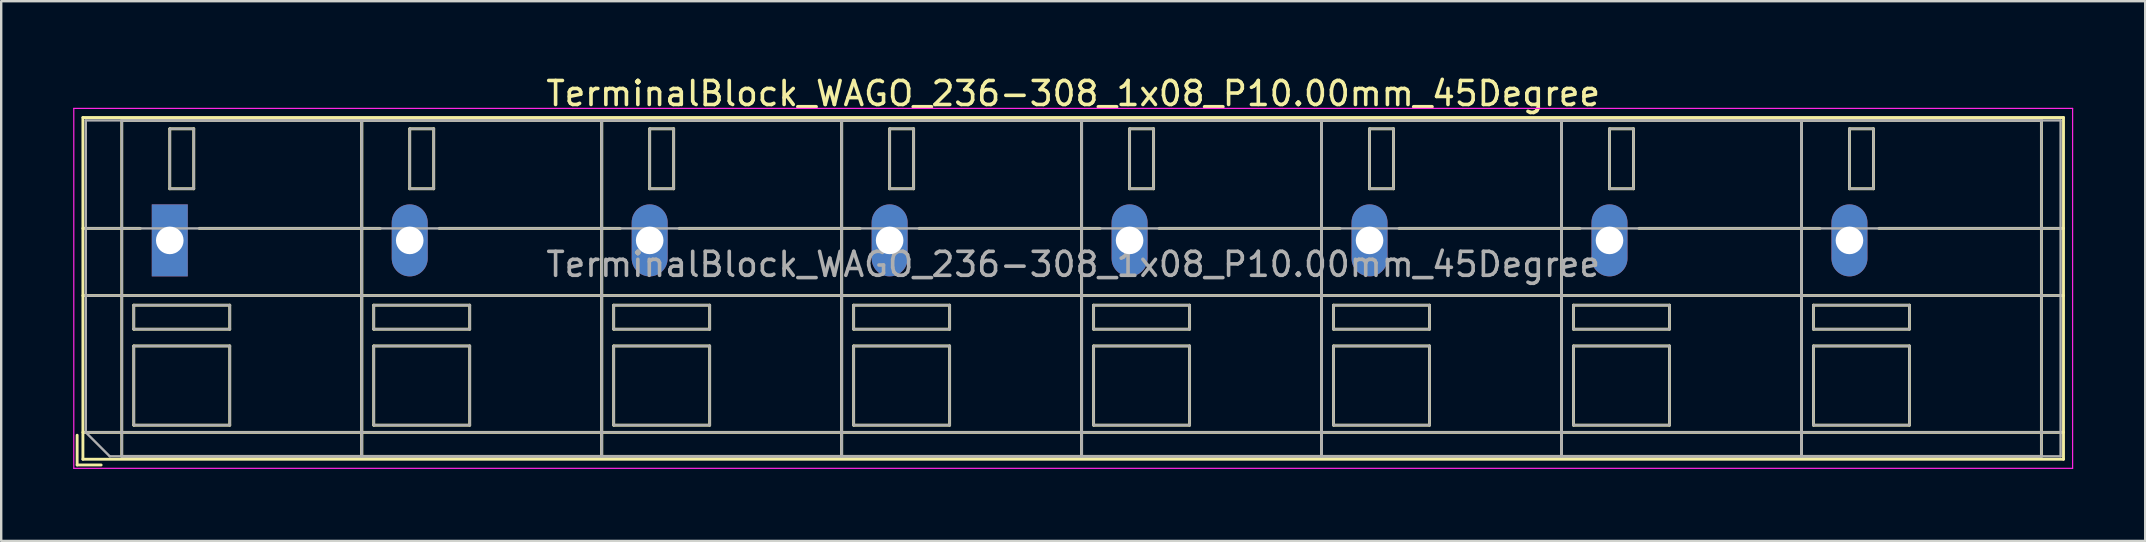
<source format=kicad_pcb>
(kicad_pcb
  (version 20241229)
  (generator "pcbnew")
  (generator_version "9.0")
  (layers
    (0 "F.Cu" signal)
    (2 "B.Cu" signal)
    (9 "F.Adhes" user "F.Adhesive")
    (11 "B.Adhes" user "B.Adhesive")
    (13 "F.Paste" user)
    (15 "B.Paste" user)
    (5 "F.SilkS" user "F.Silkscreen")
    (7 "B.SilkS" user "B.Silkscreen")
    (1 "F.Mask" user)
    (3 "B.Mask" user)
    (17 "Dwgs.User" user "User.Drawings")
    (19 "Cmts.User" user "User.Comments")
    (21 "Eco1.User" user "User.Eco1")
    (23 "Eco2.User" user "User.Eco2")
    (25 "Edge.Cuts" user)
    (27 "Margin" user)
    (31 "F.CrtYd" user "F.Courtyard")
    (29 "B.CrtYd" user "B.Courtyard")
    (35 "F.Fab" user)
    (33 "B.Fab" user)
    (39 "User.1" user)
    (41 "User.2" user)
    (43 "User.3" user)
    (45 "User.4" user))
  (footprint "TerminalBlock_WAGO_236-308_1x08_P10.00mm_45Degree"
    (layer "F.Cu")
    (at 4.025 6.968)
    (property "Reference" "TerminalBlock_WAGO_236-308_1x08_P10.00mm_45Degree" (at 37.65 -6.12 0) (layer "F.SilkS") (effects (font (size 1 1) (thickness 0.15))))
    (attr through_hole)
    (fp_line (start -3.86 8.12) (end -3.86 9.36) (stroke (width 0.12) (type solid)) (layer "F.SilkS"))
    (fp_line (start -3.86 9.36) (end -2.86 9.36) (stroke (width 0.12) (type solid)) (layer "F.SilkS"))
    (fp_line (start -3.62 -5.12) (end -3.62 9.12) (stroke (width 0.12) (type solid)) (layer "F.SilkS"))
    (fp_line (start -3.62 -5.12) (end 78.92 -5.12) (stroke (width 0.12) (type solid)) (layer "F.SilkS"))
    (fp_line (start -3.62 -0.5) (end -1.23 -0.5) (stroke (width 0.12) (type solid)) (layer "F.SilkS"))
    (fp_line (start -3.62 2.3) (end 78.92 2.3) (stroke (width 0.12) (type solid)) (layer "F.SilkS"))
    (fp_line (start -3.62 8) (end 78.92 8) (stroke (width 0.12) (type solid)) (layer "F.SilkS"))
    (fp_line (start -3.62 9.12) (end 78.92 9.12) (stroke (width 0.12) (type solid)) (layer "F.SilkS"))
    (fp_line (start -2 -5) (end -2 9) (stroke (width 0.12) (type solid)) (layer "F.SilkS"))
    (fp_line (start -2 -5) (end 8 -5) (stroke (width 0.12) (type solid)) (layer "F.SilkS"))
    (fp_line (start -2 9) (end 8 9) (stroke (width 0.12) (type solid)) (layer "F.SilkS"))
    (fp_line (start -1.5 2.7) (end -1.5 3.7) (stroke (width 0.12) (type solid)) (layer "F.SilkS"))
    (fp_line (start -1.5 2.7) (end 2.5 2.7) (stroke (width 0.12) (type solid)) (layer "F.SilkS"))
    (fp_line (start -1.5 3.7) (end 2.5 3.7) (stroke (width 0.12) (type solid)) (layer "F.SilkS"))
    (fp_line (start -1.5 4.4) (end -1.5 7.7) (stroke (width 0.12) (type solid)) (layer "F.SilkS"))
    (fp_line (start -1.5 4.4) (end 2.5 4.4) (stroke (width 0.12) (type solid)) (layer "F.SilkS"))
    (fp_line (start -1.5 7.7) (end 2.5 7.7) (stroke (width 0.12) (type solid)) (layer "F.SilkS"))
    (fp_line (start 0 -4.65) (end 0 -2.151) (stroke (width 0.12) (type solid)) (layer "F.SilkS"))
    (fp_line (start 0 -4.65) (end 1 -4.65) (stroke (width 0.12) (type solid)) (layer "F.SilkS"))
    (fp_line (start 0 -2.151) (end 1 -2.151) (stroke (width 0.12) (type solid)) (layer "F.SilkS"))
    (fp_line (start 1 -4.65) (end 1 -2.151) (stroke (width 0.12) (type solid)) (layer "F.SilkS"))
    (fp_line (start 1.23 -0.5) (end 8.77 -0.5) (stroke (width 0.12) (type solid)) (layer "F.SilkS"))
    (fp_line (start 2.5 2.7) (end 2.5 3.7) (stroke (width 0.12) (type solid)) (layer "F.SilkS"))
    (fp_line (start 2.5 4.4) (end 2.5 7.7) (stroke (width 0.12) (type solid)) (layer "F.SilkS"))
    (fp_line (start 8 -5) (end 8 9) (stroke (width 0.12) (type solid)) (layer "F.SilkS"))
    (fp_line (start 8 -5) (end 8 9) (stroke (width 0.12) (type solid)) (layer "F.SilkS"))
    (fp_line (start 8 -5) (end 18 -5) (stroke (width 0.12) (type solid)) (layer "F.SilkS"))
    (fp_line (start 8 9) (end 18 9) (stroke (width 0.12) (type solid)) (layer "F.SilkS"))
    (fp_line (start 8.5 2.7) (end 8.5 3.7) (stroke (width 0.12) (type solid)) (layer "F.SilkS"))
    (fp_line (start 8.5 2.7) (end 12.5 2.7) (stroke (width 0.12) (type solid)) (layer "F.SilkS"))
    (fp_line (start 8.5 3.7) (end 12.5 3.7) (stroke (width 0.12) (type solid)) (layer "F.SilkS"))
    (fp_line (start 8.5 4.4) (end 8.5 7.7) (stroke (width 0.12) (type solid)) (layer "F.SilkS"))
    (fp_line (start 8.5 4.4) (end 12.5 4.4) (stroke (width 0.12) (type solid)) (layer "F.SilkS"))
    (fp_line (start 8.5 7.7) (end 12.5 7.7) (stroke (width 0.12) (type solid)) (layer "F.SilkS"))
    (fp_line (start 10 -4.65) (end 10 -2.151) (stroke (width 0.12) (type solid)) (layer "F.SilkS"))
    (fp_line (start 10 -4.65) (end 11 -4.65) (stroke (width 0.12) (type solid)) (layer "F.SilkS"))
    (fp_line (start 10 -2.151) (end 11 -2.151) (stroke (width 0.12) (type solid)) (layer "F.SilkS"))
    (fp_line (start 11 -4.65) (end 11 -2.151) (stroke (width 0.12) (type solid)) (layer "F.SilkS"))
    (fp_line (start 11.23 -0.5) (end 18.77 -0.5) (stroke (width 0.12) (type solid)) (layer "F.SilkS"))
    (fp_line (start 12.5 2.7) (end 12.5 3.7) (stroke (width 0.12) (type solid)) (layer "F.SilkS"))
    (fp_line (start 12.5 4.4) (end 12.5 7.7) (stroke (width 0.12) (type solid)) (layer "F.SilkS"))
    (fp_line (start 18 -5) (end 18 9) (stroke (width 0.12) (type solid)) (layer "F.SilkS"))
    (fp_line (start 18 -5) (end 18 9) (stroke (width 0.12) (type solid)) (layer "F.SilkS"))
    (fp_line (start 18 -5) (end 28 -5) (stroke (width 0.12) (type solid)) (layer "F.SilkS"))
    (fp_line (start 18 9) (end 28 9) (stroke (width 0.12) (type solid)) (layer "F.SilkS"))
    (fp_line (start 18.5 2.7) (end 18.5 3.7) (stroke (width 0.12) (type solid)) (layer "F.SilkS"))
    (fp_line (start 18.5 2.7) (end 22.5 2.7) (stroke (width 0.12) (type solid)) (layer "F.SilkS"))
    (fp_line (start 18.5 3.7) (end 22.5 3.7) (stroke (width 0.12) (type solid)) (layer "F.SilkS"))
    (fp_line (start 18.5 4.4) (end 18.5 7.7) (stroke (width 0.12) (type solid)) (layer "F.SilkS"))
    (fp_line (start 18.5 4.4) (end 22.5 4.4) (stroke (width 0.12) (type solid)) (layer "F.SilkS"))
    (fp_line (start 18.5 7.7) (end 22.5 7.7) (stroke (width 0.12) (type solid)) (layer "F.SilkS"))
    (fp_line (start 20 -4.65) (end 20 -2.151) (stroke (width 0.12) (type solid)) (layer "F.SilkS"))
    (fp_line (start 20 -4.65) (end 21 -4.65) (stroke (width 0.12) (type solid)) (layer "F.SilkS"))
    (fp_line (start 20 -2.151) (end 21 -2.151) (stroke (width 0.12) (type solid)) (layer "F.SilkS"))
    (fp_line (start 21 -4.65) (end 21 -2.151) (stroke (width 0.12) (type solid)) (layer "F.SilkS"))
    (fp_line (start 21.23 -0.5) (end 28.77 -0.5) (stroke (width 0.12) (type solid)) (layer "F.SilkS"))
    (fp_line (start 22.5 2.7) (end 22.5 3.7) (stroke (width 0.12) (type solid)) (layer "F.SilkS"))
    (fp_line (start 22.5 4.4) (end 22.5 7.7) (stroke (width 0.12) (type solid)) (layer "F.SilkS"))
    (fp_line (start 28 -5) (end 28 9) (stroke (width 0.12) (type solid)) (layer "F.SilkS"))
    (fp_line (start 28 -5) (end 28 9) (stroke (width 0.12) (type solid)) (layer "F.SilkS"))
    (fp_line (start 28 -5) (end 38 -5) (stroke (width 0.12) (type solid)) (layer "F.SilkS"))
    (fp_line (start 28 9) (end 38 9) (stroke (width 0.12) (type solid)) (layer "F.SilkS"))
    (fp_line (start 28.5 2.7) (end 28.5 3.7) (stroke (width 0.12) (type solid)) (layer "F.SilkS"))
    (fp_line (start 28.5 2.7) (end 32.5 2.7) (stroke (width 0.12) (type solid)) (layer "F.SilkS"))
    (fp_line (start 28.5 3.7) (end 32.5 3.7) (stroke (width 0.12) (type solid)) (layer "F.SilkS"))
    (fp_line (start 28.5 4.4) (end 28.5 7.7) (stroke (width 0.12) (type solid)) (layer "F.SilkS"))
    (fp_line (start 28.5 4.4) (end 32.5 4.4) (stroke (width 0.12) (type solid)) (layer "F.SilkS"))
    (fp_line (start 28.5 7.7) (end 32.5 7.7) (stroke (width 0.12) (type solid)) (layer "F.SilkS"))
    (fp_line (start 30 -4.65) (end 30 -2.151) (stroke (width 0.12) (type solid)) (layer "F.SilkS"))
    (fp_line (start 30 -4.65) (end 31 -4.65) (stroke (width 0.12) (type solid)) (layer "F.SilkS"))
    (fp_line (start 30 -2.151) (end 31 -2.151) (stroke (width 0.12) (type solid)) (layer "F.SilkS"))
    (fp_line (start 31 -4.65) (end 31 -2.151) (stroke (width 0.12) (type solid)) (layer "F.SilkS"))
    (fp_line (start 31.23 -0.5) (end 38.77 -0.5) (stroke (width 0.12) (type solid)) (layer "F.SilkS"))
    (fp_line (start 32.5 2.7) (end 32.5 3.7) (stroke (width 0.12) (type solid)) (layer "F.SilkS"))
    (fp_line (start 32.5 4.4) (end 32.5 7.7) (stroke (width 0.12) (type solid)) (layer "F.SilkS"))
    (fp_line (start 38 -5) (end 38 9) (stroke (width 0.12) (type solid)) (layer "F.SilkS"))
    (fp_line (start 38 -5) (end 38 9) (stroke (width 0.12) (type solid)) (layer "F.SilkS"))
    (fp_line (start 38 -5) (end 48 -5) (stroke (width 0.12) (type solid)) (layer "F.SilkS"))
    (fp_line (start 38 9) (end 48 9) (stroke (width 0.12) (type solid)) (layer "F.SilkS"))
    (fp_line (start 38.5 2.7) (end 38.5 3.7) (stroke (width 0.12) (type solid)) (layer "F.SilkS"))
    (fp_line (start 38.5 2.7) (end 42.5 2.7) (stroke (width 0.12) (type solid)) (layer "F.SilkS"))
    (fp_line (start 38.5 3.7) (end 42.5 3.7) (stroke (width 0.12) (type solid)) (layer "F.SilkS"))
    (fp_line (start 38.5 4.4) (end 38.5 7.7) (stroke (width 0.12) (type solid)) (layer "F.SilkS"))
    (fp_line (start 38.5 4.4) (end 42.5 4.4) (stroke (width 0.12) (type solid)) (layer "F.SilkS"))
    (fp_line (start 38.5 7.7) (end 42.5 7.7) (stroke (width 0.12) (type solid)) (layer "F.SilkS"))
    (fp_line (start 40 -4.65) (end 40 -2.151) (stroke (width 0.12) (type solid)) (layer "F.SilkS"))
    (fp_line (start 40 -4.65) (end 41 -4.65) (stroke (width 0.12) (type solid)) (layer "F.SilkS"))
    (fp_line (start 40 -2.151) (end 41 -2.151) (stroke (width 0.12) (type solid)) (layer "F.SilkS"))
    (fp_line (start 41 -4.65) (end 41 -2.151) (stroke (width 0.12) (type solid)) (layer "F.SilkS"))
    (fp_line (start 41.23 -0.5) (end 48.77 -0.5) (stroke (width 0.12) (type solid)) (layer "F.SilkS"))
    (fp_line (start 42.5 2.7) (end 42.5 3.7) (stroke (width 0.12) (type solid)) (layer "F.SilkS"))
    (fp_line (start 42.5 4.4) (end 42.5 7.7) (stroke (width 0.12) (type solid)) (layer "F.SilkS"))
    (fp_line (start 48 -5) (end 48 9) (stroke (width 0.12) (type solid)) (layer "F.SilkS"))
    (fp_line (start 48 -5) (end 48 9) (stroke (width 0.12) (type solid)) (layer "F.SilkS"))
    (fp_line (start 48 -5) (end 58 -5) (stroke (width 0.12) (type solid)) (layer "F.SilkS"))
    (fp_line (start 48 9) (end 58 9) (stroke (width 0.12) (type solid)) (layer "F.SilkS"))
    (fp_line (start 48.5 2.7) (end 48.5 3.7) (stroke (width 0.12) (type solid)) (layer "F.SilkS"))
    (fp_line (start 48.5 2.7) (end 52.5 2.7) (stroke (width 0.12) (type solid)) (layer "F.SilkS"))
    (fp_line (start 48.5 3.7) (end 52.5 3.7) (stroke (width 0.12) (type solid)) (layer "F.SilkS"))
    (fp_line (start 48.5 4.4) (end 48.5 7.7) (stroke (width 0.12) (type solid)) (layer "F.SilkS"))
    (fp_line (start 48.5 4.4) (end 52.5 4.4) (stroke (width 0.12) (type solid)) (layer "F.SilkS"))
    (fp_line (start 48.5 7.7) (end 52.5 7.7) (stroke (width 0.12) (type solid)) (layer "F.SilkS"))
    (fp_line (start 50 -4.65) (end 50 -2.151) (stroke (width 0.12) (type solid)) (layer "F.SilkS"))
    (fp_line (start 50 -4.65) (end 51 -4.65) (stroke (width 0.12) (type solid)) (layer "F.SilkS"))
    (fp_line (start 50 -2.151) (end 51 -2.151) (stroke (width 0.12) (type solid)) (layer "F.SilkS"))
    (fp_line (start 51 -4.65) (end 51 -2.151) (stroke (width 0.12) (type solid)) (layer "F.SilkS"))
    (fp_line (start 51.23 -0.5) (end 58.77 -0.5) (stroke (width 0.12) (type solid)) (layer "F.SilkS"))
    (fp_line (start 52.5 2.7) (end 52.5 3.7) (stroke (width 0.12) (type solid)) (layer "F.SilkS"))
    (fp_line (start 52.5 4.4) (end 52.5 7.7) (stroke (width 0.12) (type solid)) (layer "F.SilkS"))
    (fp_line (start 58 -5) (end 58 9) (stroke (width 0.12) (type solid)) (layer "F.SilkS"))
    (fp_line (start 58 -5) (end 58 9) (stroke (width 0.12) (type solid)) (layer "F.SilkS"))
    (fp_line (start 58 -5) (end 68 -5) (stroke (width 0.12) (type solid)) (layer "F.SilkS"))
    (fp_line (start 58 9) (end 68 9) (stroke (width 0.12) (type solid)) (layer "F.SilkS"))
    (fp_line (start 58.5 2.7) (end 58.5 3.7) (stroke (width 0.12) (type solid)) (layer "F.SilkS"))
    (fp_line (start 58.5 2.7) (end 62.5 2.7) (stroke (width 0.12) (type solid)) (layer "F.SilkS"))
    (fp_line (start 58.5 3.7) (end 62.5 3.7) (stroke (width 0.12) (type solid)) (layer "F.SilkS"))
    (fp_line (start 58.5 4.4) (end 58.5 7.7) (stroke (width 0.12) (type solid)) (layer "F.SilkS"))
    (fp_line (start 58.5 4.4) (end 62.5 4.4) (stroke (width 0.12) (type solid)) (layer "F.SilkS"))
    (fp_line (start 58.5 7.7) (end 62.5 7.7) (stroke (width 0.12) (type solid)) (layer "F.SilkS"))
    (fp_line (start 60 -4.65) (end 60 -2.151) (stroke (width 0.12) (type solid)) (layer "F.SilkS"))
    (fp_line (start 60 -4.65) (end 61 -4.65) (stroke (width 0.12) (type solid)) (layer "F.SilkS"))
    (fp_line (start 60 -2.151) (end 61 -2.151) (stroke (width 0.12) (type solid)) (layer "F.SilkS"))
    (fp_line (start 61 -4.65) (end 61 -2.151) (stroke (width 0.12) (type solid)) (layer "F.SilkS"))
    (fp_line (start 61.23 -0.5) (end 68.77 -0.5) (stroke (width 0.12) (type solid)) (layer "F.SilkS"))
    (fp_line (start 62.5 2.7) (end 62.5 3.7) (stroke (width 0.12) (type solid)) (layer "F.SilkS"))
    (fp_line (start 62.5 4.4) (end 62.5 7.7) (stroke (width 0.12) (type solid)) (layer "F.SilkS"))
    (fp_line (start 68 -5) (end 68 9) (stroke (width 0.12) (type solid)) (layer "F.SilkS"))
    (fp_line (start 68 -5) (end 68 9) (stroke (width 0.12) (type solid)) (layer "F.SilkS"))
    (fp_line (start 68 -5) (end 78 -5) (stroke (width 0.12) (type solid)) (layer "F.SilkS"))
    (fp_line (start 68 9) (end 78 9) (stroke (width 0.12) (type solid)) (layer "F.SilkS"))
    (fp_line (start 68.5 2.7) (end 68.5 3.7) (stroke (width 0.12) (type solid)) (layer "F.SilkS"))
    (fp_line (start 68.5 2.7) (end 72.5 2.7) (stroke (width 0.12) (type solid)) (layer "F.SilkS"))
    (fp_line (start 68.5 3.7) (end 72.5 3.7) (stroke (width 0.12) (type solid)) (layer "F.SilkS"))
    (fp_line (start 68.5 4.4) (end 68.5 7.7) (stroke (width 0.12) (type solid)) (layer "F.SilkS"))
    (fp_line (start 68.5 4.4) (end 72.5 4.4) (stroke (width 0.12) (type solid)) (layer "F.SilkS"))
    (fp_line (start 68.5 7.7) (end 72.5 7.7) (stroke (width 0.12) (type solid)) (layer "F.SilkS"))
    (fp_line (start 70 -4.65) (end 70 -2.151) (stroke (width 0.12) (type solid)) (layer "F.SilkS"))
    (fp_line (start 70 -4.65) (end 71 -4.65) (stroke (width 0.12) (type solid)) (layer "F.SilkS"))
    (fp_line (start 70 -2.151) (end 71 -2.151) (stroke (width 0.12) (type solid)) (layer "F.SilkS"))
    (fp_line (start 71 -4.65) (end 71 -2.151) (stroke (width 0.12) (type solid)) (layer "F.SilkS"))
    (fp_line (start 71.23 -0.5) (end 78.92 -0.5) (stroke (width 0.12) (type solid)) (layer "F.SilkS"))
    (fp_line (start 72.5 2.7) (end 72.5 3.7) (stroke (width 0.12) (type solid)) (layer "F.SilkS"))
    (fp_line (start 72.5 4.4) (end 72.5 7.7) (stroke (width 0.12) (type solid)) (layer "F.SilkS"))
    (fp_line (start 78 -5) (end 78 9) (stroke (width 0.12) (type solid)) (layer "F.SilkS"))
    (fp_line (start 78.92 -5.12) (end 78.92 9.12) (stroke (width 0.12) (type solid)) (layer "F.SilkS"))
    (fp_line (start -4 -5.5) (end -4 9.5) (stroke (width 0.05) (type solid)) (layer "F.CrtYd"))
    (fp_line (start -4 9.5) (end 79.3 9.5) (stroke (width 0.05) (type solid)) (layer "F.CrtYd"))
    (fp_line (start 79.3 -5.5) (end -4 -5.5) (stroke (width 0.05) (type solid)) (layer "F.CrtYd"))
    (fp_line (start 79.3 9.5) (end 79.3 -5.5) (stroke (width 0.05) (type solid)) (layer "F.CrtYd"))
    (fp_line (start -3.5 -5) (end 78.8 -5) (stroke (width 0.1) (type solid)) (layer "F.Fab"))
    (fp_line (start -3.5 -0.5) (end 78.8 -0.5) (stroke (width 0.1) (type solid)) (layer "F.Fab"))
    (fp_line (start -3.5 2.3) (end 78.8 2.3) (stroke (width 0.1) (type solid)) (layer "F.Fab"))
    (fp_line (start -3.5 8) (end -3.5 -5) (stroke (width 0.1) (type solid)) (layer "F.Fab"))
    (fp_line (start -3.5 8) (end 78.8 8) (stroke (width 0.1) (type solid)) (layer "F.Fab"))
    (fp_line (start -2.5 9) (end -3.5 8) (stroke (width 0.1) (type solid)) (layer "F.Fab"))
    (fp_line (start -2 -5) (end -2 9) (stroke (width 0.1) (type solid)) (layer "F.Fab"))
    (fp_line (start -2 9) (end 8 9) (stroke (width 0.1) (type solid)) (layer "F.Fab"))
    (fp_line (start -1.5 2.7) (end -1.5 3.7) (stroke (width 0.1) (type solid)) (layer "F.Fab"))
    (fp_line (start -1.5 3.7) (end 2.5 3.7) (stroke (width 0.1) (type solid)) (layer "F.Fab"))
    (fp_line (start -1.5 4.4) (end -1.5 7.7) (stroke (width 0.1) (type solid)) (layer "F.Fab"))
    (fp_line (start -1.5 7.7) (end 2.5 7.7) (stroke (width 0.1) (type solid)) (layer "F.Fab"))
    (fp_line (start 0 -4.65) (end 0 -2.15) (stroke (width 0.1) (type solid)) (layer "F.Fab"))
    (fp_line (start 0 -2.15) (end 1 -2.15) (stroke (width 0.1) (type solid)) (layer "F.Fab"))
    (fp_line (start 1 -4.65) (end 0 -4.65) (stroke (width 0.1) (type solid)) (layer "F.Fab"))
    (fp_line (start 1 -2.15) (end 1 -4.65) (stroke (width 0.1) (type solid)) (layer "F.Fab"))
    (fp_line (start 2.5 2.7) (end -1.5 2.7) (stroke (width 0.1) (type solid)) (layer "F.Fab"))
    (fp_line (start 2.5 3.7) (end 2.5 2.7) (stroke (width 0.1) (type solid)) (layer "F.Fab"))
    (fp_line (start 2.5 4.4) (end -1.5 4.4) (stroke (width 0.1) (type solid)) (layer "F.Fab"))
    (fp_line (start 2.5 7.7) (end 2.5 4.4) (stroke (width 0.1) (type solid)) (layer "F.Fab"))
    (fp_line (start 8 -5) (end -2 -5) (stroke (width 0.1) (type solid)) (layer "F.Fab"))
    (fp_line (start 8 -5) (end 8 9) (stroke (width 0.1) (type solid)) (layer "F.Fab"))
    (fp_line (start 8 9) (end 8 -5) (stroke (width 0.1) (type solid)) (layer "F.Fab"))
    (fp_line (start 8 9) (end 18 9) (stroke (width 0.1) (type solid)) (layer "F.Fab"))
    (fp_line (start 8.5 2.7) (end 8.5 3.7) (stroke (width 0.1) (type solid)) (layer "F.Fab"))
    (fp_line (start 8.5 3.7) (end 12.5 3.7) (stroke (width 0.1) (type solid)) (layer "F.Fab"))
    (fp_line (start 8.5 4.4) (end 8.5 7.7) (stroke (width 0.1) (type solid)) (layer "F.Fab"))
    (fp_line (start 8.5 7.7) (end 12.5 7.7) (stroke (width 0.1) (type solid)) (layer "F.Fab"))
    (fp_line (start 10 -4.65) (end 10 -2.15) (stroke (width 0.1) (type solid)) (layer "F.Fab"))
    (fp_line (start 10 -2.15) (end 11 -2.15) (stroke (width 0.1) (type solid)) (layer "F.Fab"))
    (fp_line (start 11 -4.65) (end 10 -4.65) (stroke (width 0.1) (type solid)) (layer "F.Fab"))
    (fp_line (start 11 -2.15) (end 11 -4.65) (stroke (width 0.1) (type solid)) (layer "F.Fab"))
    (fp_line (start 12.5 2.7) (end 8.5 2.7) (stroke (width 0.1) (type solid)) (layer "F.Fab"))
    (fp_line (start 12.5 3.7) (end 12.5 2.7) (stroke (width 0.1) (type solid)) (layer "F.Fab"))
    (fp_line (start 12.5 4.4) (end 8.5 4.4) (stroke (width 0.1) (type solid)) (layer "F.Fab"))
    (fp_line (start 12.5 7.7) (end 12.5 4.4) (stroke (width 0.1) (type solid)) (layer "F.Fab"))
    (fp_line (start 18 -5) (end 8 -5) (stroke (width 0.1) (type solid)) (layer "F.Fab"))
    (fp_line (start 18 -5) (end 18 9) (stroke (width 0.1) (type solid)) (layer "F.Fab"))
    (fp_line (start 18 9) (end 18 -5) (stroke (width 0.1) (type solid)) (layer "F.Fab"))
    (fp_line (start 18 9) (end 28 9) (stroke (width 0.1) (type solid)) (layer "F.Fab"))
    (fp_line (start 18.5 2.7) (end 18.5 3.7) (stroke (width 0.1) (type solid)) (layer "F.Fab"))
    (fp_line (start 18.5 3.7) (end 22.5 3.7) (stroke (width 0.1) (type solid)) (layer "F.Fab"))
    (fp_line (start 18.5 4.4) (end 18.5 7.7) (stroke (width 0.1) (type solid)) (layer "F.Fab"))
    (fp_line (start 18.5 7.7) (end 22.5 7.7) (stroke (width 0.1) (type solid)) (layer "F.Fab"))
    (fp_line (start 20 -4.65) (end 20 -2.15) (stroke (width 0.1) (type solid)) (layer "F.Fab"))
    (fp_line (start 20 -2.15) (end 21 -2.15) (stroke (width 0.1) (type solid)) (layer "F.Fab"))
    (fp_line (start 21 -4.65) (end 20 -4.65) (stroke (width 0.1) (type solid)) (layer "F.Fab"))
    (fp_line (start 21 -2.15) (end 21 -4.65) (stroke (width 0.1) (type solid)) (layer "F.Fab"))
    (fp_line (start 22.5 2.7) (end 18.5 2.7) (stroke (width 0.1) (type solid)) (layer "F.Fab"))
    (fp_line (start 22.5 3.7) (end 22.5 2.7) (stroke (width 0.1) (type solid)) (layer "F.Fab"))
    (fp_line (start 22.5 4.4) (end 18.5 4.4) (stroke (width 0.1) (type solid)) (layer "F.Fab"))
    (fp_line (start 22.5 7.7) (end 22.5 4.4) (stroke (width 0.1) (type solid)) (layer "F.Fab"))
    (fp_line (start 28 -5) (end 18 -5) (stroke (width 0.1) (type solid)) (layer "F.Fab"))
    (fp_line (start 28 -5) (end 28 9) (stroke (width 0.1) (type solid)) (layer "F.Fab"))
    (fp_line (start 28 9) (end 28 -5) (stroke (width 0.1) (type solid)) (layer "F.Fab"))
    (fp_line (start 28 9) (end 38 9) (stroke (width 0.1) (type solid)) (layer "F.Fab"))
    (fp_line (start 28.5 2.7) (end 28.5 3.7) (stroke (width 0.1) (type solid)) (layer "F.Fab"))
    (fp_line (start 28.5 3.7) (end 32.5 3.7) (stroke (width 0.1) (type solid)) (layer "F.Fab"))
    (fp_line (start 28.5 4.4) (end 28.5 7.7) (stroke (width 0.1) (type solid)) (layer "F.Fab"))
    (fp_line (start 28.5 7.7) (end 32.5 7.7) (stroke (width 0.1) (type solid)) (layer "F.Fab"))
    (fp_line (start 30 -4.65) (end 30 -2.15) (stroke (width 0.1) (type solid)) (layer "F.Fab"))
    (fp_line (start 30 -2.15) (end 31 -2.15) (stroke (width 0.1) (type solid)) (layer "F.Fab"))
    (fp_line (start 31 -4.65) (end 30 -4.65) (stroke (width 0.1) (type solid)) (layer "F.Fab"))
    (fp_line (start 31 -2.15) (end 31 -4.65) (stroke (width 0.1) (type solid)) (layer "F.Fab"))
    (fp_line (start 32.5 2.7) (end 28.5 2.7) (stroke (width 0.1) (type solid)) (layer "F.Fab"))
    (fp_line (start 32.5 3.7) (end 32.5 2.7) (stroke (width 0.1) (type solid)) (layer "F.Fab"))
    (fp_line (start 32.5 4.4) (end 28.5 4.4) (stroke (width 0.1) (type solid)) (layer "F.Fab"))
    (fp_line (start 32.5 7.7) (end 32.5 4.4) (stroke (width 0.1) (type solid)) (layer "F.Fab"))
    (fp_line (start 38 -5) (end 28 -5) (stroke (width 0.1) (type solid)) (layer "F.Fab"))
    (fp_line (start 38 -5) (end 38 9) (stroke (width 0.1) (type solid)) (layer "F.Fab"))
    (fp_line (start 38 9) (end 38 -5) (stroke (width 0.1) (type solid)) (layer "F.Fab"))
    (fp_line (start 38 9) (end 48 9) (stroke (width 0.1) (type solid)) (layer "F.Fab"))
    (fp_line (start 38.5 2.7) (end 38.5 3.7) (stroke (width 0.1) (type solid)) (layer "F.Fab"))
    (fp_line (start 38.5 3.7) (end 42.5 3.7) (stroke (width 0.1) (type solid)) (layer "F.Fab"))
    (fp_line (start 38.5 4.4) (end 38.5 7.7) (stroke (width 0.1) (type solid)) (layer "F.Fab"))
    (fp_line (start 38.5 7.7) (end 42.5 7.7) (stroke (width 0.1) (type solid)) (layer "F.Fab"))
    (fp_line (start 40 -4.65) (end 40 -2.15) (stroke (width 0.1) (type solid)) (layer "F.Fab"))
    (fp_line (start 40 -2.15) (end 41 -2.15) (stroke (width 0.1) (type solid)) (layer "F.Fab"))
    (fp_line (start 41 -4.65) (end 40 -4.65) (stroke (width 0.1) (type solid)) (layer "F.Fab"))
    (fp_line (start 41 -2.15) (end 41 -4.65) (stroke (width 0.1) (type solid)) (layer "F.Fab"))
    (fp_line (start 42.5 2.7) (end 38.5 2.7) (stroke (width 0.1) (type solid)) (layer "F.Fab"))
    (fp_line (start 42.5 3.7) (end 42.5 2.7) (stroke (width 0.1) (type solid)) (layer "F.Fab"))
    (fp_line (start 42.5 4.4) (end 38.5 4.4) (stroke (width 0.1) (type solid)) (layer "F.Fab"))
    (fp_line (start 42.5 7.7) (end 42.5 4.4) (stroke (width 0.1) (type solid)) (layer "F.Fab"))
    (fp_line (start 48 -5) (end 38 -5) (stroke (width 0.1) (type solid)) (layer "F.Fab"))
    (fp_line (start 48 -5) (end 48 9) (stroke (width 0.1) (type solid)) (layer "F.Fab"))
    (fp_line (start 48 9) (end 48 -5) (stroke (width 0.1) (type solid)) (layer "F.Fab"))
    (fp_line (start 48 9) (end 58 9) (stroke (width 0.1) (type solid)) (layer "F.Fab"))
    (fp_line (start 48.5 2.7) (end 48.5 3.7) (stroke (width 0.1) (type solid)) (layer "F.Fab"))
    (fp_line (start 48.5 3.7) (end 52.5 3.7) (stroke (width 0.1) (type solid)) (layer "F.Fab"))
    (fp_line (start 48.5 4.4) (end 48.5 7.7) (stroke (width 0.1) (type solid)) (layer "F.Fab"))
    (fp_line (start 48.5 7.7) (end 52.5 7.7) (stroke (width 0.1) (type solid)) (layer "F.Fab"))
    (fp_line (start 50 -4.65) (end 50 -2.15) (stroke (width 0.1) (type solid)) (layer "F.Fab"))
    (fp_line (start 50 -2.15) (end 51 -2.15) (stroke (width 0.1) (type solid)) (layer "F.Fab"))
    (fp_line (start 51 -4.65) (end 50 -4.65) (stroke (width 0.1) (type solid)) (layer "F.Fab"))
    (fp_line (start 51 -2.15) (end 51 -4.65) (stroke (width 0.1) (type solid)) (layer "F.Fab"))
    (fp_line (start 52.5 2.7) (end 48.5 2.7) (stroke (width 0.1) (type solid)) (layer "F.Fab"))
    (fp_line (start 52.5 3.7) (end 52.5 2.7) (stroke (width 0.1) (type solid)) (layer "F.Fab"))
    (fp_line (start 52.5 4.4) (end 48.5 4.4) (stroke (width 0.1) (type solid)) (layer "F.Fab"))
    (fp_line (start 52.5 7.7) (end 52.5 4.4) (stroke (width 0.1) (type solid)) (layer "F.Fab"))
    (fp_line (start 58 -5) (end 48 -5) (stroke (width 0.1) (type solid)) (layer "F.Fab"))
    (fp_line (start 58 -5) (end 58 9) (stroke (width 0.1) (type solid)) (layer "F.Fab"))
    (fp_line (start 58 9) (end 58 -5) (stroke (width 0.1) (type solid)) (layer "F.Fab"))
    (fp_line (start 58 9) (end 68 9) (stroke (width 0.1) (type solid)) (layer "F.Fab"))
    (fp_line (start 58.5 2.7) (end 58.5 3.7) (stroke (width 0.1) (type solid)) (layer "F.Fab"))
    (fp_line (start 58.5 3.7) (end 62.5 3.7) (stroke (width 0.1) (type solid)) (layer "F.Fab"))
    (fp_line (start 58.5 4.4) (end 58.5 7.7) (stroke (width 0.1) (type solid)) (layer "F.Fab"))
    (fp_line (start 58.5 7.7) (end 62.5 7.7) (stroke (width 0.1) (type solid)) (layer "F.Fab"))
    (fp_line (start 60 -4.65) (end 60 -2.15) (stroke (width 0.1) (type solid)) (layer "F.Fab"))
    (fp_line (start 60 -2.15) (end 61 -2.15) (stroke (width 0.1) (type solid)) (layer "F.Fab"))
    (fp_line (start 61 -4.65) (end 60 -4.65) (stroke (width 0.1) (type solid)) (layer "F.Fab"))
    (fp_line (start 61 -2.15) (end 61 -4.65) (stroke (width 0.1) (type solid)) (layer "F.Fab"))
    (fp_line (start 62.5 2.7) (end 58.5 2.7) (stroke (width 0.1) (type solid)) (layer "F.Fab"))
    (fp_line (start 62.5 3.7) (end 62.5 2.7) (stroke (width 0.1) (type solid)) (layer "F.Fab"))
    (fp_line (start 62.5 4.4) (end 58.5 4.4) (stroke (width 0.1) (type solid)) (layer "F.Fab"))
    (fp_line (start 62.5 7.7) (end 62.5 4.4) (stroke (width 0.1) (type solid)) (layer "F.Fab"))
    (fp_line (start 68 -5) (end 58 -5) (stroke (width 0.1) (type solid)) (layer "F.Fab"))
    (fp_line (start 68 -5) (end 68 9) (stroke (width 0.1) (type solid)) (layer "F.Fab"))
    (fp_line (start 68 9) (end 68 -5) (stroke (width 0.1) (type solid)) (layer "F.Fab"))
    (fp_line (start 68 9) (end 78 9) (stroke (width 0.1) (type solid)) (layer "F.Fab"))
    (fp_line (start 68.5 2.7) (end 68.5 3.7) (stroke (width 0.1) (type solid)) (layer "F.Fab"))
    (fp_line (start 68.5 3.7) (end 72.5 3.7) (stroke (width 0.1) (type solid)) (layer "F.Fab"))
    (fp_line (start 68.5 4.4) (end 68.5 7.7) (stroke (width 0.1) (type solid)) (layer "F.Fab"))
    (fp_line (start 68.5 7.7) (end 72.5 7.7) (stroke (width 0.1) (type solid)) (layer "F.Fab"))
    (fp_line (start 70 -4.65) (end 70 -2.15) (stroke (width 0.1) (type solid)) (layer "F.Fab"))
    (fp_line (start 70 -2.15) (end 71 -2.15) (stroke (width 0.1) (type solid)) (layer "F.Fab"))
    (fp_line (start 71 -4.65) (end 70 -4.65) (stroke (width 0.1) (type solid)) (layer "F.Fab"))
    (fp_line (start 71 -2.15) (end 71 -4.65) (stroke (width 0.1) (type solid)) (layer "F.Fab"))
    (fp_line (start 72.5 2.7) (end 68.5 2.7) (stroke (width 0.1) (type solid)) (layer "F.Fab"))
    (fp_line (start 72.5 3.7) (end 72.5 2.7) (stroke (width 0.1) (type solid)) (layer "F.Fab"))
    (fp_line (start 72.5 4.4) (end 68.5 4.4) (stroke (width 0.1) (type solid)) (layer "F.Fab"))
    (fp_line (start 72.5 7.7) (end 72.5 4.4) (stroke (width 0.1) (type solid)) (layer "F.Fab"))
    (fp_line (start 78 -5) (end 68 -5) (stroke (width 0.1) (type solid)) (layer "F.Fab"))
    (fp_line (start 78 9) (end 78 -5) (stroke (width 0.1) (type solid)) (layer "F.Fab"))
    (fp_line (start 78.8 -5) (end 78.8 9) (stroke (width 0.1) (type solid)) (layer "F.Fab"))
    (fp_line (start 78.8 9) (end -2.5 9) (stroke (width 0.1) (type solid)) (layer "F.Fab"))
    (fp_text user "${REFERENCE}" (at 37.65 1 0) (layer "F.Fab") (effects (font (size 1 1) (thickness 0.15))))
    (pad "1" thru_hole rect (at 0 0) (size 1.5 3) (drill 1.15) (layers "*.Cu" "*.Mask"))
    (pad "2" thru_hole oval (at 10 0) (size 1.5 3) (drill 1.15) (layers "*.Cu" "*.Mask"))
    (pad "3" thru_hole oval (at 20 0) (size 1.5 3) (drill 1.15) (layers "*.Cu" "*.Mask"))
    (pad "4" thru_hole oval (at 30 0) (size 1.5 3) (drill 1.15) (layers "*.Cu" "*.Mask"))
    (pad "5" thru_hole oval (at 40 0) (size 1.5 3) (drill 1.15) (layers "*.Cu" "*.Mask"))
    (pad "6" thru_hole oval (at 50 0) (size 1.5 3) (drill 1.15) (layers "*.Cu" "*.Mask"))
    (pad "7" thru_hole oval (at 60 0) (size 1.5 3) (drill 1.15) (layers "*.Cu" "*.Mask"))
    (pad "8" thru_hole oval (at 70 0) (size 1.5 3) (drill 1.15) (layers "*.Cu" "*.Mask")))
  (gr_rect
    (start -3 -3)
    (end 86.35 19.493)
    (stroke (width 0.1) (type default))
    (fill no)
    (layer "Edge.Cuts")))
</source>
